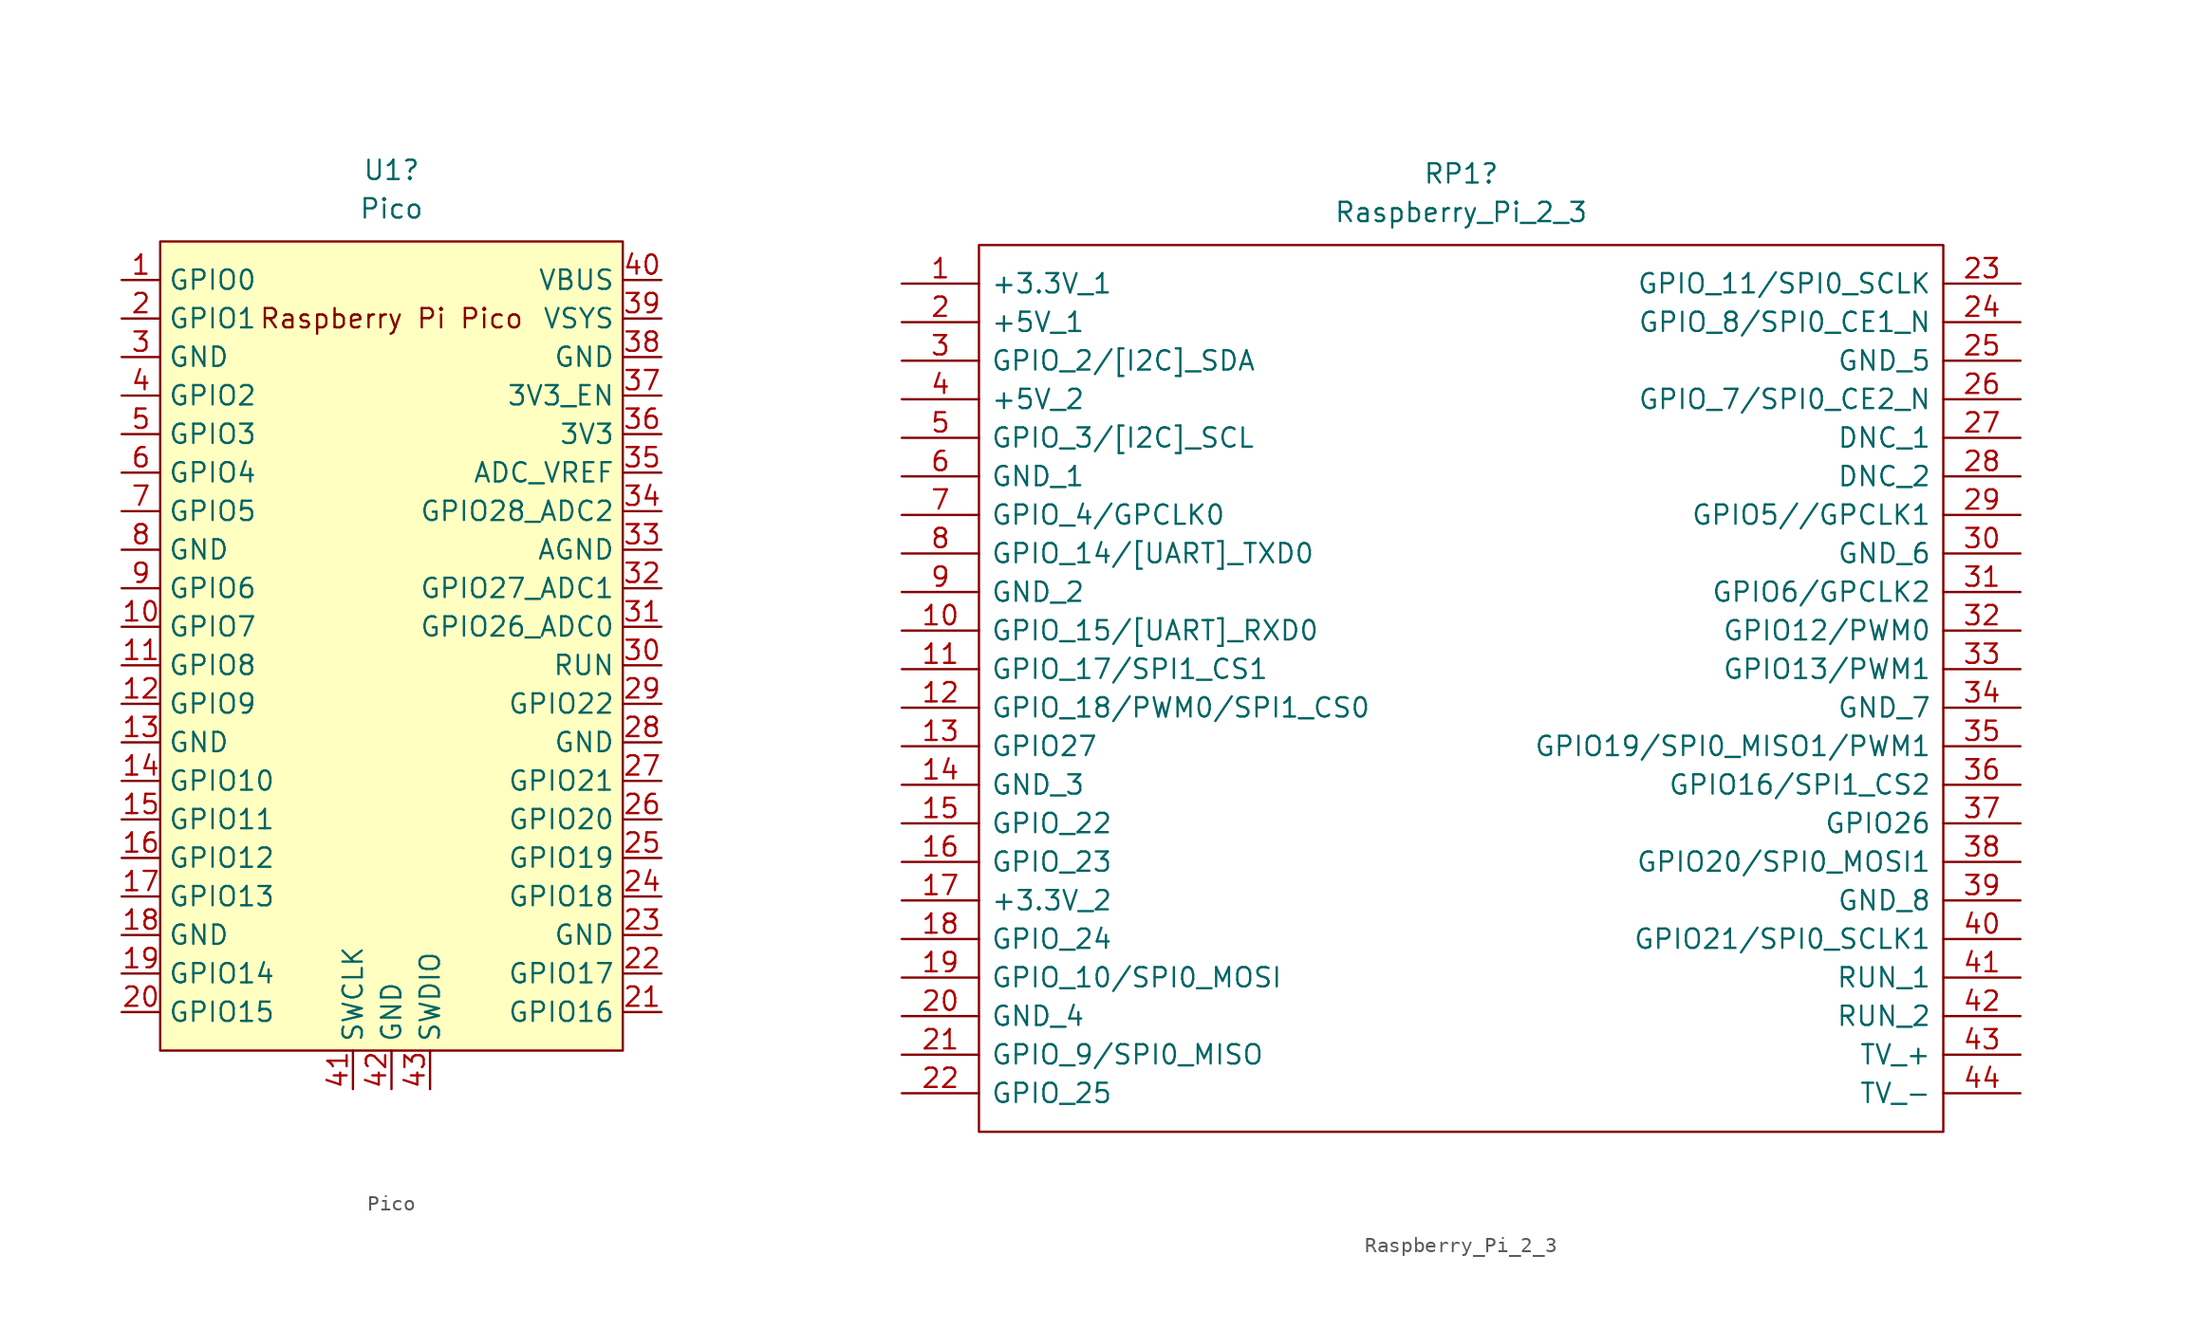
<source format=kicad_sym>
(kicad_symbol_lib
  (version 20220914)
  (generator kicad_symbol_editor)
  (symbol "Pico"
    (property "Reference" "U1"
      (at 0 31.369 0)
      (effects (font (size 1.27 1.27))))
    (property "Value" "Pico"
      (at 0 28.829 0)
      (effects (font (size 1.27 1.27))))
    (symbol "Pico_0_0"
      (text "Raspberry Pi Pico" (at 0 21.59 0) (effects (font (size 1.27 1.27)))))
    (symbol "Pico_0_1"
      (rectangle (start -15.24 26.67) (end 15.24 -26.67) (stroke (width 0) (type default)) (fill (type background))))
    (symbol "Pico_1_1"
      (pin bidirectional line (at -17.78 24.13 0) (length 2.54) (name "GPIO0" (effects (font (size 1.27 1.27)))) (number "1" (effects (font (size 1.27 1.27)))))
      (pin bidirectional line (at -17.78 1.27 0) (length 2.54) (name "GPIO7" (effects (font (size 1.27 1.27)))) (number "10" (effects (font (size 1.27 1.27)))))
      (pin bidirectional line (at -17.78 -1.27 0) (length 2.54) (name "GPIO8" (effects (font (size 1.27 1.27)))) (number "11" (effects (font (size 1.27 1.27)))))
      (pin bidirectional line (at -17.78 -3.81 0) (length 2.54) (name "GPIO9" (effects (font (size 1.27 1.27)))) (number "12" (effects (font (size 1.27 1.27)))))
      (pin power_in line (at -17.78 -6.35 0) (length 2.54) (name "GND" (effects (font (size 1.27 1.27)))) (number "13" (effects (font (size 1.27 1.27)))))
      (pin bidirectional line (at -17.78 -8.89 0) (length 2.54) (name "GPIO10" (effects (font (size 1.27 1.27)))) (number "14" (effects (font (size 1.27 1.27)))))
      (pin bidirectional line (at -17.78 -11.43 0) (length 2.54) (name "GPIO11" (effects (font (size 1.27 1.27)))) (number "15" (effects (font (size 1.27 1.27)))))
      (pin bidirectional line (at -17.78 -13.97 0) (length 2.54) (name "GPIO12" (effects (font (size 1.27 1.27)))) (number "16" (effects (font (size 1.27 1.27)))))
      (pin bidirectional line (at -17.78 -16.51 0) (length 2.54) (name "GPIO13" (effects (font (size 1.27 1.27)))) (number "17" (effects (font (size 1.27 1.27)))))
      (pin power_in line (at -17.78 -19.05 0) (length 2.54) (name "GND" (effects (font (size 1.27 1.27)))) (number "18" (effects (font (size 1.27 1.27)))))
      (pin bidirectional line (at -17.78 -21.59 0) (length 2.54) (name "GPIO14" (effects (font (size 1.27 1.27)))) (number "19" (effects (font (size 1.27 1.27)))))
      (pin bidirectional line (at -17.78 21.59 0) (length 2.54) (name "GPIO1" (effects (font (size 1.27 1.27)))) (number "2" (effects (font (size 1.27 1.27)))))
      (pin bidirectional line (at -17.78 -24.13 0) (length 2.54) (name "GPIO15" (effects (font (size 1.27 1.27)))) (number "20" (effects (font (size 1.27 1.27)))))
      (pin bidirectional line (at 17.78 -24.13 180) (length 2.54) (name "GPIO16" (effects (font (size 1.27 1.27)))) (number "21" (effects (font (size 1.27 1.27)))))
      (pin bidirectional line (at 17.78 -21.59 180) (length 2.54) (name "GPIO17" (effects (font (size 1.27 1.27)))) (number "22" (effects (font (size 1.27 1.27)))))
      (pin power_in line (at 17.78 -19.05 180) (length 2.54) (name "GND" (effects (font (size 1.27 1.27)))) (number "23" (effects (font (size 1.27 1.27)))))
      (pin bidirectional line (at 17.78 -16.51 180) (length 2.54) (name "GPIO18" (effects (font (size 1.27 1.27)))) (number "24" (effects (font (size 1.27 1.27)))))
      (pin bidirectional line (at 17.78 -13.97 180) (length 2.54) (name "GPIO19" (effects (font (size 1.27 1.27)))) (number "25" (effects (font (size 1.27 1.27)))))
      (pin bidirectional line (at 17.78 -11.43 180) (length 2.54) (name "GPIO20" (effects (font (size 1.27 1.27)))) (number "26" (effects (font (size 1.27 1.27)))))
      (pin bidirectional line (at 17.78 -8.89 180) (length 2.54) (name "GPIO21" (effects (font (size 1.27 1.27)))) (number "27" (effects (font (size 1.27 1.27)))))
      (pin power_in line (at 17.78 -6.35 180) (length 2.54) (name "GND" (effects (font (size 1.27 1.27)))) (number "28" (effects (font (size 1.27 1.27)))))
      (pin bidirectional line (at 17.78 -3.81 180) (length 2.54) (name "GPIO22" (effects (font (size 1.27 1.27)))) (number "29" (effects (font (size 1.27 1.27)))))
      (pin power_in line (at -17.78 19.05 0) (length 2.54) (name "GND" (effects (font (size 1.27 1.27)))) (number "3" (effects (font (size 1.27 1.27)))))
      (pin input line (at 17.78 -1.27 180) (length 2.54) (name "RUN" (effects (font (size 1.27 1.27)))) (number "30" (effects (font (size 1.27 1.27)))))
      (pin bidirectional line (at 17.78 1.27 180) (length 2.54) (name "GPIO26_ADC0" (effects (font (size 1.27 1.27)))) (number "31" (effects (font (size 1.27 1.27)))))
      (pin bidirectional line (at 17.78 3.81 180) (length 2.54) (name "GPIO27_ADC1" (effects (font (size 1.27 1.27)))) (number "32" (effects (font (size 1.27 1.27)))))
      (pin power_in line (at 17.78 6.35 180) (length 2.54) (name "AGND" (effects (font (size 1.27 1.27)))) (number "33" (effects (font (size 1.27 1.27)))))
      (pin bidirectional line (at 17.78 8.89 180) (length 2.54) (name "GPIO28_ADC2" (effects (font (size 1.27 1.27)))) (number "34" (effects (font (size 1.27 1.27)))))
      (pin power_in line (at 17.78 11.43 180) (length 2.54) (name "ADC_VREF" (effects (font (size 1.27 1.27)))) (number "35" (effects (font (size 1.27 1.27)))))
      (pin power_in line (at 17.78 13.97 180) (length 2.54) (name "3V3" (effects (font (size 1.27 1.27)))) (number "36" (effects (font (size 1.27 1.27)))))
      (pin input line (at 17.78 16.51 180) (length 2.54) (name "3V3_EN" (effects (font (size 1.27 1.27)))) (number "37" (effects (font (size 1.27 1.27)))))
      (pin bidirectional line (at 17.78 19.05 180) (length 2.54) (name "GND" (effects (font (size 1.27 1.27)))) (number "38" (effects (font (size 1.27 1.27)))))
      (pin power_in line (at 17.78 21.59 180) (length 2.54) (name "VSYS" (effects (font (size 1.27 1.27)))) (number "39" (effects (font (size 1.27 1.27)))))
      (pin bidirectional line (at -17.78 16.51 0) (length 2.54) (name "GPIO2" (effects (font (size 1.27 1.27)))) (number "4" (effects (font (size 1.27 1.27)))))
      (pin power_in line (at 17.78 24.13 180) (length 2.54) (name "VBUS" (effects (font (size 1.27 1.27)))) (number "40" (effects (font (size 1.27 1.27)))))
      (pin input line (at -2.54 -29.21 90) (length 2.54) (name "SWCLK" (effects (font (size 1.27 1.27)))) (number "41" (effects (font (size 1.27 1.27)))))
      (pin power_in line (at 0 -29.21 90) (length 2.54) (name "GND" (effects (font (size 1.27 1.27)))) (number "42" (effects (font (size 1.27 1.27)))))
      (pin bidirectional line (at 2.54 -29.21 90) (length 2.54) (name "SWDIO" (effects (font (size 1.27 1.27)))) (number "43" (effects (font (size 1.27 1.27)))))
      (pin bidirectional line (at -17.78 13.97 0) (length 2.54) (name "GPIO3" (effects (font (size 1.27 1.27)))) (number "5" (effects (font (size 1.27 1.27)))))
      (pin bidirectional line (at -17.78 11.43 0) (length 2.54) (name "GPIO4" (effects (font (size 1.27 1.27)))) (number "6" (effects (font (size 1.27 1.27)))))
      (pin bidirectional line (at -17.78 8.89 0) (length 2.54) (name "GPIO5" (effects (font (size 1.27 1.27)))) (number "7" (effects (font (size 1.27 1.27)))))
      (pin power_in line (at -17.78 6.35 0) (length 2.54) (name "GND" (effects (font (size 1.27 1.27)))) (number "8" (effects (font (size 1.27 1.27)))))
      (pin bidirectional line (at -17.78 3.81 0) (length 2.54) (name "GPIO6" (effects (font (size 1.27 1.27)))) (number "9" (effects (font (size 1.27 1.27)))))))
  (symbol "Raspberry_Pi_2_3"
    (pin_names
      (offset 0.762))
    (property "Reference" "RP1"
      (at 36.83 7.239 0)
      (effects (font (size 1.27 1.27))))
    (property "Value" "Raspberry_Pi_2_3"
      (at 36.83 4.699 0)
      (effects (font (size 1.27 1.27))))
    (symbol "Raspberry_Pi_2_3_0_0"
      (pin bidirectional line (at 0 0 0) (length 5.08) (name "+3.3V_1" (effects (font (size 1.27 1.27)))) (number "1" (effects (font (size 1.27 1.27)))))
      (pin bidirectional line (at 0 -22.86 0) (length 5.08) (name "GPIO_15/[UART]_RXD0" (effects (font (size 1.27 1.27)))) (number "10" (effects (font (size 1.27 1.27)))))
      (pin bidirectional line (at 0 -25.4 0) (length 5.08) (name "GPIO_17/SPI1_CS1" (effects (font (size 1.27 1.27)))) (number "11" (effects (font (size 1.27 1.27)))))
      (pin bidirectional line (at 0 -27.94 0) (length 5.08) (name "GPIO_18/PWM0/SPI1_CS0" (effects (font (size 1.27 1.27)))) (number "12" (effects (font (size 1.27 1.27)))))
      (pin bidirectional line (at 0 -30.48 0) (length 5.08) (name "GPIO27" (effects (font (size 1.27 1.27)))) (number "13" (effects (font (size 1.27 1.27)))))
      (pin bidirectional line (at 0 -33.02 0) (length 5.08) (name "GND_3" (effects (font (size 1.27 1.27)))) (number "14" (effects (font (size 1.27 1.27)))))
      (pin bidirectional line (at 0 -35.56 0) (length 5.08) (name "GPIO_22" (effects (font (size 1.27 1.27)))) (number "15" (effects (font (size 1.27 1.27)))))
      (pin bidirectional line (at 0 -38.1 0) (length 5.08) (name "GPIO_23" (effects (font (size 1.27 1.27)))) (number "16" (effects (font (size 1.27 1.27)))))
      (pin bidirectional line (at 0 -40.64 0) (length 5.08) (name "+3.3V_2" (effects (font (size 1.27 1.27)))) (number "17" (effects (font (size 1.27 1.27)))))
      (pin bidirectional line (at 0 -43.18 0) (length 5.08) (name "GPIO_24" (effects (font (size 1.27 1.27)))) (number "18" (effects (font (size 1.27 1.27)))))
      (pin bidirectional line (at 0 -45.72 0) (length 5.08) (name "GPIO_10/SPI0_MOSI" (effects (font (size 1.27 1.27)))) (number "19" (effects (font (size 1.27 1.27)))))
      (pin bidirectional line (at 0 -2.54 0) (length 5.08) (name "+5V_1" (effects (font (size 1.27 1.27)))) (number "2" (effects (font (size 1.27 1.27)))))
      (pin bidirectional line (at 0 -48.26 0) (length 5.08) (name "GND_4" (effects (font (size 1.27 1.27)))) (number "20" (effects (font (size 1.27 1.27)))))
      (pin bidirectional line (at 0 -50.8 0) (length 5.08) (name "GPIO_9/SPI0_MISO" (effects (font (size 1.27 1.27)))) (number "21" (effects (font (size 1.27 1.27)))))
      (pin bidirectional line (at 0 -53.34 0) (length 5.08) (name "GPIO_25" (effects (font (size 1.27 1.27)))) (number "22" (effects (font (size 1.27 1.27)))))
      (pin bidirectional line (at 73.66 0 180) (length 5.08) (name "GPIO_11/SPI0_SCLK" (effects (font (size 1.27 1.27)))) (number "23" (effects (font (size 1.27 1.27)))))
      (pin bidirectional line (at 73.66 -2.54 180) (length 5.08) (name "GPIO_8/SPI0_CE1_N" (effects (font (size 1.27 1.27)))) (number "24" (effects (font (size 1.27 1.27)))))
      (pin bidirectional line (at 73.66 -5.08 180) (length 5.08) (name "GND_5" (effects (font (size 1.27 1.27)))) (number "25" (effects (font (size 1.27 1.27)))))
      (pin bidirectional line (at 73.66 -7.62 180) (length 5.08) (name "GPIO_7/SPI0_CE2_N" (effects (font (size 1.27 1.27)))) (number "26" (effects (font (size 1.27 1.27)))))
      (pin bidirectional line (at 73.66 -10.16 180) (length 5.08) (name "DNC_1" (effects (font (size 1.27 1.27)))) (number "27" (effects (font (size 1.27 1.27)))))
      (pin bidirectional line (at 73.66 -12.7 180) (length 5.08) (name "DNC_2" (effects (font (size 1.27 1.27)))) (number "28" (effects (font (size 1.27 1.27)))))
      (pin bidirectional line (at 73.66 -15.24 180) (length 5.08) (name "GPIO5//GPCLK1" (effects (font (size 1.27 1.27)))) (number "29" (effects (font (size 1.27 1.27)))))
      (pin bidirectional line (at 0 -5.08 0) (length 5.08) (name "GPIO_2/[I2C]_SDA" (effects (font (size 1.27 1.27)))) (number "3" (effects (font (size 1.27 1.27)))))
      (pin bidirectional line (at 73.66 -17.78 180) (length 5.08) (name "GND_6" (effects (font (size 1.27 1.27)))) (number "30" (effects (font (size 1.27 1.27)))))
      (pin bidirectional line (at 73.66 -20.32 180) (length 5.08) (name "GPIO6/GPCLK2" (effects (font (size 1.27 1.27)))) (number "31" (effects (font (size 1.27 1.27)))))
      (pin bidirectional line (at 73.66 -22.86 180) (length 5.08) (name "GPIO12/PWM0" (effects (font (size 1.27 1.27)))) (number "32" (effects (font (size 1.27 1.27)))))
      (pin bidirectional line (at 73.66 -25.4 180) (length 5.08) (name "GPIO13/PWM1" (effects (font (size 1.27 1.27)))) (number "33" (effects (font (size 1.27 1.27)))))
      (pin bidirectional line (at 73.66 -27.94 180) (length 5.08) (name "GND_7" (effects (font (size 1.27 1.27)))) (number "34" (effects (font (size 1.27 1.27)))))
      (pin bidirectional line (at 73.66 -30.48 180) (length 5.08) (name "GPIO19/SPI0_MISO1/PWM1" (effects (font (size 1.27 1.27)))) (number "35" (effects (font (size 1.27 1.27)))))
      (pin bidirectional line (at 73.66 -33.02 180) (length 5.08) (name "GPIO16/SPI1_CS2" (effects (font (size 1.27 1.27)))) (number "36" (effects (font (size 1.27 1.27)))))
      (pin bidirectional line (at 73.66 -35.56 180) (length 5.08) (name "GPIO26" (effects (font (size 1.27 1.27)))) (number "37" (effects (font (size 1.27 1.27)))))
      (pin bidirectional line (at 73.66 -38.1 180) (length 5.08) (name "GPIO20/SPI0_MOSI1" (effects (font (size 1.27 1.27)))) (number "38" (effects (font (size 1.27 1.27)))))
      (pin bidirectional line (at 73.66 -40.64 180) (length 5.08) (name "GND_8" (effects (font (size 1.27 1.27)))) (number "39" (effects (font (size 1.27 1.27)))))
      (pin bidirectional line (at 0 -7.62 0) (length 5.08) (name "+5V_2" (effects (font (size 1.27 1.27)))) (number "4" (effects (font (size 1.27 1.27)))))
      (pin bidirectional line (at 73.66 -43.18 180) (length 5.08) (name "GPIO21/SPI0_SCLK1" (effects (font (size 1.27 1.27)))) (number "40" (effects (font (size 1.27 1.27)))))
      (pin bidirectional line (at 73.66 -45.72 180) (length 5.08) (name "RUN_1" (effects (font (size 1.27 1.27)))) (number "41" (effects (font (size 1.27 1.27)))))
      (pin bidirectional line (at 73.66 -48.26 180) (length 5.08) (name "RUN_2" (effects (font (size 1.27 1.27)))) (number "42" (effects (font (size 1.27 1.27)))))
      (pin bidirectional line (at 73.66 -50.8 180) (length 5.08) (name "TV_+" (effects (font (size 1.27 1.27)))) (number "43" (effects (font (size 1.27 1.27)))))
      (pin bidirectional line (at 73.66 -53.34 180) (length 5.08) (name "TV_-" (effects (font (size 1.27 1.27)))) (number "44" (effects (font (size 1.27 1.27)))))
      (pin bidirectional line (at 0 -10.16 0) (length 5.08) (name "GPIO_3/[I2C]_SCL" (effects (font (size 1.27 1.27)))) (number "5" (effects (font (size 1.27 1.27)))))
      (pin bidirectional line (at 0 -12.7 0) (length 5.08) (name "GND_1" (effects (font (size 1.27 1.27)))) (number "6" (effects (font (size 1.27 1.27)))))
      (pin bidirectional line (at 0 -15.24 0) (length 5.08) (name "GPIO_4/GPCLK0" (effects (font (size 1.27 1.27)))) (number "7" (effects (font (size 1.27 1.27)))))
      (pin bidirectional line (at 0 -17.78 0) (length 5.08) (name "GPIO_14/[UART]_TXD0" (effects (font (size 1.27 1.27)))) (number "8" (effects (font (size 1.27 1.27)))))
      (pin bidirectional line (at 0 -20.32 0) (length 5.08) (name "GND_2" (effects (font (size 1.27 1.27)))) (number "9" (effects (font (size 1.27 1.27))))))
    (symbol "Raspberry_Pi_2_3_0_1"
      (polyline (pts (xy 5.08 2.54) (xy 68.58 2.54) (xy 68.58 -55.88) (xy 5.08 -55.88) (xy 5.08 2.54)) (stroke (width 0.152) (type default)) (fill (type none))))))
</source>
